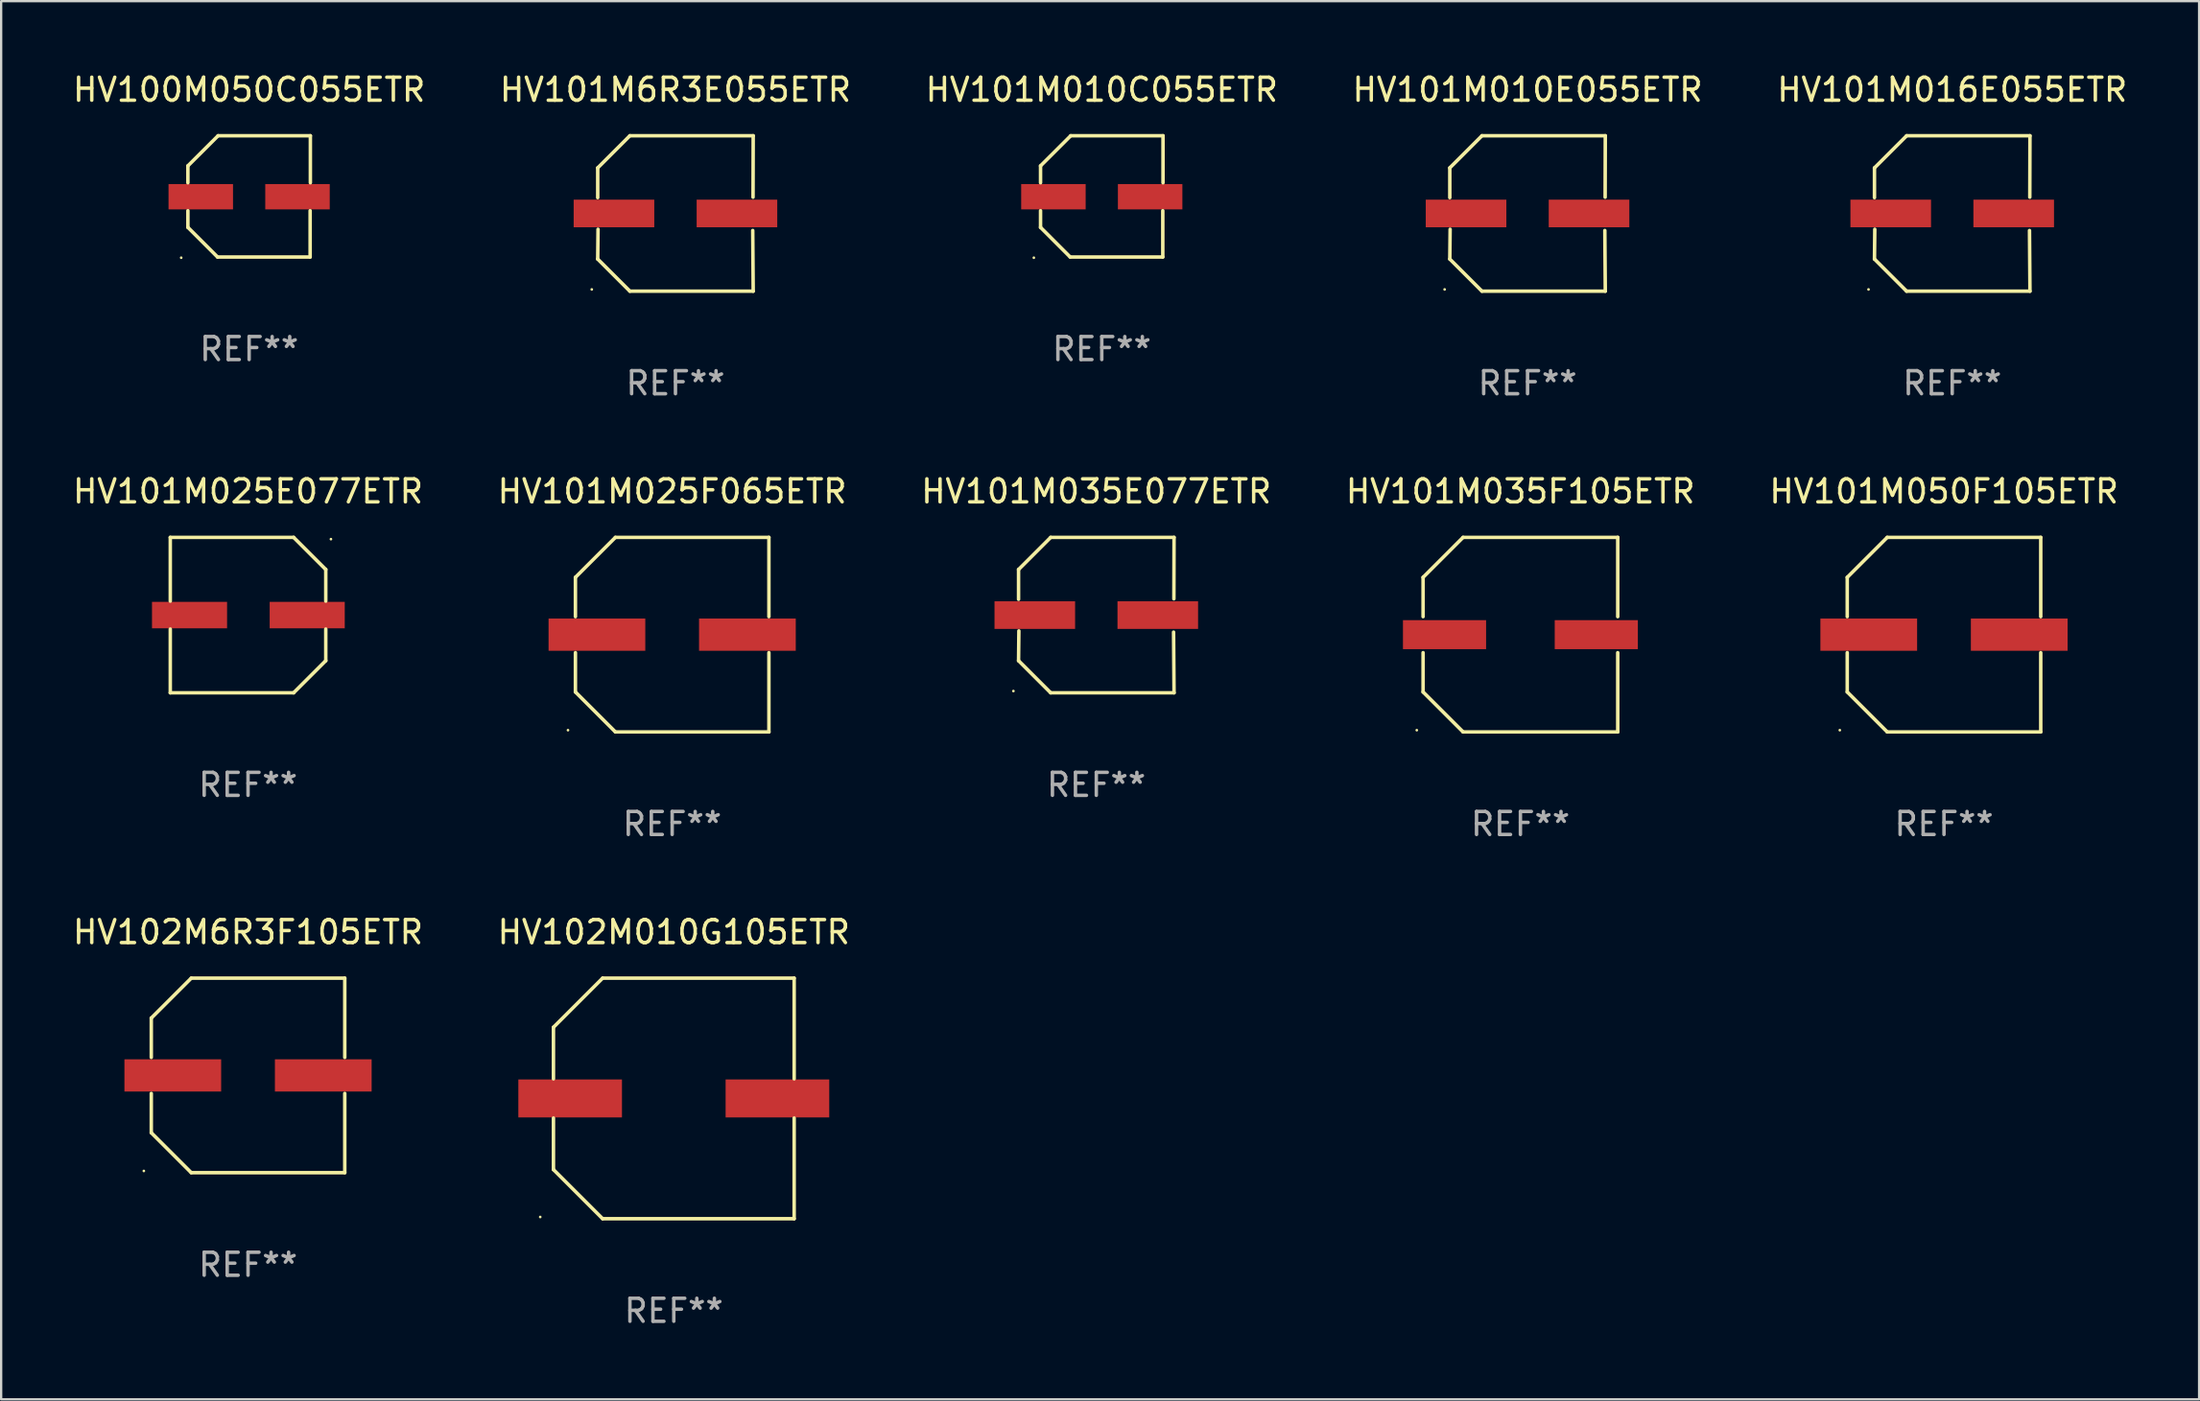
<source format=kicad_pcb>
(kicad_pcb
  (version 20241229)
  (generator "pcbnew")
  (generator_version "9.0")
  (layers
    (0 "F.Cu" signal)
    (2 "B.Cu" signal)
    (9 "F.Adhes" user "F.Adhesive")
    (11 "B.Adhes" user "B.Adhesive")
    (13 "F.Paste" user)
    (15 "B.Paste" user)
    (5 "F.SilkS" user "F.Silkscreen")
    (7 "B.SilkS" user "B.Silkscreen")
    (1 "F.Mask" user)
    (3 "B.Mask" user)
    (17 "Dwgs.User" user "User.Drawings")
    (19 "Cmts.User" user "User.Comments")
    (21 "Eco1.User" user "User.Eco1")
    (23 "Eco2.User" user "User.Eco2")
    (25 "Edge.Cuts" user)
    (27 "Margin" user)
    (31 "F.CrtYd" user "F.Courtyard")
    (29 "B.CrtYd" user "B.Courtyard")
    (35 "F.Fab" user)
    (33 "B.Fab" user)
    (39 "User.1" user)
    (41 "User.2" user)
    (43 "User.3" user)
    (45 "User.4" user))
  (footprint "HV101M025E077ETR"
    (layer "F.Cu")
    (at 7.72 23.673)
    (property "Reference" "HV101M025E077ETR" (at 0 -5.376 0) (layer "F.SilkS") (effects (font (size 1 1) (thickness 0.15))))
    (attr through_hole)
    (fp_line (start -3.376 -3.376) (end 1.98 -3.376) (stroke (width 0.152) (type solid)) (layer "F.SilkS"))
    (fp_line (start -3.376 -0.607) (end -3.376 -3.376) (stroke (width 0.152) (type solid)) (layer "F.SilkS"))
    (fp_line (start -3.376 0.607) (end -3.376 3.376) (stroke (width 0.152) (type solid)) (layer "F.SilkS"))
    (fp_line (start -3.376 3.376) (end 1.98 3.376) (stroke (width 0.152) (type solid)) (layer "F.SilkS"))
    (fp_line (start 1.98 -3.376) (end 3.376 -1.98) (stroke (width 0.152) (type solid)) (layer "F.SilkS"))
    (fp_line (start 1.98 3.376) (end 3.376 1.98) (stroke (width 0.152) (type solid)) (layer "F.SilkS"))
    (fp_line (start 3.376 -1.98) (end 3.376 -0.607) (stroke (width 0.152) (type solid)) (layer "F.SilkS"))
    (fp_line (start 3.376 1.98) (end 3.376 0.607) (stroke (width 0.152) (type solid)) (layer "F.SilkS"))
    (fp_circle (center 3.6 -3.3) (end 3.63 -3.3) (stroke (width 0.06) (type solid)) (fill no) (layer "F.SilkS"))
    (fp_text user "REF**" (at 0 7.376 0) (layer "F.Fab") (effects (font (size 1 1) (thickness 0.15))))
    (pad "1" smd rect (at 2.57 0 180) (size 3.26 1.15) (layers "F.Cu" "F.Mask" "F.Paste"))
    (pad "2" smd rect (at -2.54 0 180) (size 3.26 1.15) (layers "F.Cu" "F.Mask" "F.Paste")))
  (footprint "HV101M6R3E055ETR"
    (layer "F.Cu")
    (at 26.28 6.224)
    (property "Reference" "HV101M6R3E055ETR" (at 0 -5.376 0) (layer "F.SilkS") (effects (font (size 1 1) (thickness 0.15))))
    (attr through_hole)
    (fp_line (start -3.376 -1.98) (end -3.376 -0.686) (stroke (width 0.152) (type solid)) (layer "F.SilkS"))
    (fp_line (start -3.376 1.981) (end -3.362 0.686) (stroke (width 0.152) (type solid)) (layer "F.SilkS"))
    (fp_line (start -1.981 3.376) (end -3.376 1.981) (stroke (width 0.152) (type solid)) (layer "F.SilkS"))
    (fp_line (start -1.98 -3.376) (end -3.376 -1.98) (stroke (width 0.152) (type solid)) (layer "F.SilkS"))
    (fp_line (start 3.356 0.74) (end 3.376 3.376) (stroke (width 0.152) (type solid)) (layer "F.SilkS"))
    (fp_line (start 3.369 -0.707) (end 3.376 -3.376) (stroke (width 0.152) (type solid)) (layer "F.SilkS"))
    (fp_line (start 3.376 3.376) (end -1.981 3.376) (stroke (width 0.152) (type solid)) (layer "F.SilkS"))
    (fp_line (start 3.376 -3.376) (end -1.98 -3.376) (stroke (width 0.152) (type solid)) (layer "F.SilkS"))
    (fp_circle (center -3.634 3.3) (end -3.604 3.3) (stroke (width 0.06) (type solid)) (fill no) (layer "F.SilkS"))
    (fp_text user "REF**" (at 0 7.376 0) (layer "F.Fab") (effects (font (size 1 1) (thickness 0.15))))
    (pad "1" smd rect (at -2.67 0.000254) (size 3.5 1.2) (layers "F.Cu" "F.Mask" "F.Paste"))
    (pad "2" smd rect (at 2.67 0.000254) (size 3.5 1.2) (layers "F.Cu" "F.Mask" "F.Paste")))
  (footprint "HV101M035F105ETR"
    (layer "F.Cu")
    (at 62.97 24.523)
    (property "Reference" "HV101M035F105ETR" (at 0 -6.226 0) (layer "F.SilkS") (effects (font (size 1 1) (thickness 0.15))))
    (attr through_hole)
    (fp_line (start -4.226 -2.49) (end -4.226 -0.782) (stroke (width 0.152) (type solid)) (layer "F.SilkS"))
    (fp_line (start -4.226 2.49) (end -4.226 0.782) (stroke (width 0.152) (type solid)) (layer "F.SilkS"))
    (fp_line (start -2.49 -4.226) (end -4.226 -2.49) (stroke (width 0.152) (type solid)) (layer "F.SilkS"))
    (fp_line (start -2.49 4.226) (end -4.226 2.49) (stroke (width 0.152) (type solid)) (layer "F.SilkS"))
    (fp_line (start 4.226 -4.226) (end -2.49 -4.226) (stroke (width 0.152) (type solid)) (layer "F.SilkS"))
    (fp_line (start 4.226 -0.782) (end 4.226 -4.226) (stroke (width 0.152) (type solid)) (layer "F.SilkS"))
    (fp_line (start 4.226 0.782) (end 4.226 4.226) (stroke (width 0.152) (type solid)) (layer "F.SilkS"))
    (fp_line (start 4.226 4.226) (end -2.49 4.226) (stroke (width 0.152) (type solid)) (layer "F.SilkS"))
    (fp_circle (center -4.5 4.15) (end -4.47 4.15) (stroke (width 0.06) (type solid)) (fill no) (layer "F.SilkS"))
    (fp_text user "REF**" (at 0 8.226 0) (layer "F.Fab") (effects (font (size 1 1) (thickness 0.15))))
    (pad "1" smd rect (at -3.295 -0.000076 180) (size 3.61 1.26) (layers "F.Cu" "F.Mask" "F.Paste"))
    (pad "2" smd rect (at 3.295 -0.000076 180) (size 3.61 1.26) (layers "F.Cu" "F.Mask" "F.Paste")))
  (footprint "HV101M010C055ETR"
    (layer "F.Cu")
    (at 44.792 5.482)
    (property "Reference" "HV101M010C055ETR" (at 0 -4.634 0) (layer "F.SilkS") (effects (font (size 1 1) (thickness 0.15))))
    (attr through_hole)
    (fp_line (start -2.659 -1.326) (end -2.659 -0.592) (stroke (width 0.152) (type solid)) (layer "F.SilkS"))
    (fp_line (start -2.659 1.346) (end -2.659 0.622) (stroke (width 0.152) (type solid)) (layer "F.SilkS"))
    (fp_line (start -1.372 2.634) (end -2.659 1.346) (stroke (width 0.152) (type solid)) (layer "F.SilkS"))
    (fp_line (start -1.349 -2.634) (end -2.659 -1.326) (stroke (width 0.152) (type solid)) (layer "F.SilkS"))
    (fp_line (start 2.649 0.622) (end 2.649 2.634) (stroke (width 0.152) (type solid)) (layer "F.SilkS"))
    (fp_line (start 2.649 2.634) (end -1.372 2.634) (stroke (width 0.152) (type solid)) (layer "F.SilkS"))
    (fp_line (start 2.659 -2.634) (end -1.349 -2.634) (stroke (width 0.152) (type solid)) (layer "F.SilkS"))
    (fp_line (start 2.659 -0.592) (end 2.659 -2.634) (stroke (width 0.152) (type solid)) (layer "F.SilkS"))
    (fp_circle (center -2.95 2.665) (end -2.92 2.665) (stroke (width 0.06) (type solid)) (fill no) (layer "F.SilkS"))
    (fp_text user "REF**" (at 0 6.634 0) (layer "F.Fab") (effects (font (size 1 1) (thickness 0.15))))
    (pad "1" smd rect (at -2.1 0.015) (size 2.8 1.1) (layers "F.Cu" "F.Mask" "F.Paste"))
    (pad "2" smd rect (at 2.1 0.015) (size 2.8 1.1) (layers "F.Cu" "F.Mask" "F.Paste")))
  (footprint "HV102M010G105ETR"
    (layer "F.Cu")
    (at 26.208 44.672)
    (property "Reference" "HV102M010G105ETR" (at 0 -7.226 0) (layer "F.SilkS") (effects (font (size 1 1) (thickness 0.15))))
    (attr through_hole)
    (fp_line (start -5.226 -3.09) (end -5.226 -0.852) (stroke (width 0.152) (type solid)) (layer "F.SilkS"))
    (fp_line (start -5.226 3.09) (end -5.226 0.852) (stroke (width 0.152) (type solid)) (layer "F.SilkS"))
    (fp_line (start -3.09 -5.226) (end -5.226 -3.09) (stroke (width 0.152) (type solid)) (layer "F.SilkS"))
    (fp_line (start -3.09 5.226) (end -5.226 3.09) (stroke (width 0.152) (type solid)) (layer "F.SilkS"))
    (fp_line (start 5.226 -5.226) (end -3.09 -5.226) (stroke (width 0.152) (type solid)) (layer "F.SilkS"))
    (fp_line (start 5.226 -0.852) (end 5.226 -5.226) (stroke (width 0.152) (type solid)) (layer "F.SilkS"))
    (fp_line (start 5.226 0.852) (end 5.226 5.226) (stroke (width 0.152) (type solid)) (layer "F.SilkS"))
    (fp_line (start 5.226 5.226) (end -3.09 5.226) (stroke (width 0.152) (type solid)) (layer "F.SilkS"))
    (fp_circle (center -5.8 5.15) (end -5.77 5.15) (stroke (width 0.06) (type solid)) (fill no) (layer "F.SilkS"))
    (fp_text user "REF**" (at 0 9.226 0) (layer "F.Fab") (effects (font (size 1 1) (thickness 0.15))))
    (pad "1" smd rect (at -4.5 0) (size 4.5 1.65) (layers "F.Cu" "F.Mask" "F.Paste"))
    (pad "2" smd rect (at 4.5 0) (size 4.5 1.65) (layers "F.Cu" "F.Mask" "F.Paste")))
  (footprint "HV101M010E055ETR"
    (layer "F.Cu")
    (at 63.28 6.224)
    (property "Reference" "HV101M010E055ETR" (at 0 -5.376 0) (layer "F.SilkS") (effects (font (size 1 1) (thickness 0.15))))
    (attr through_hole)
    (fp_line (start -3.376 -1.98) (end -3.376 -0.686) (stroke (width 0.152) (type solid)) (layer "F.SilkS"))
    (fp_line (start -3.376 1.981) (end -3.362 0.686) (stroke (width 0.152) (type solid)) (layer "F.SilkS"))
    (fp_line (start -1.981 3.376) (end -3.376 1.981) (stroke (width 0.152) (type solid)) (layer "F.SilkS"))
    (fp_line (start -1.98 -3.376) (end -3.376 -1.98) (stroke (width 0.152) (type solid)) (layer "F.SilkS"))
    (fp_line (start 3.356 0.74) (end 3.376 3.376) (stroke (width 0.152) (type solid)) (layer "F.SilkS"))
    (fp_line (start 3.369 -0.707) (end 3.376 -3.376) (stroke (width 0.152) (type solid)) (layer "F.SilkS"))
    (fp_line (start 3.376 3.376) (end -1.981 3.376) (stroke (width 0.152) (type solid)) (layer "F.SilkS"))
    (fp_line (start 3.376 -3.376) (end -1.98 -3.376) (stroke (width 0.152) (type solid)) (layer "F.SilkS"))
    (fp_circle (center -3.6 3.3) (end -3.57 3.3) (stroke (width 0.06) (type solid)) (fill no) (layer "F.SilkS"))
    (fp_text user "REF**" (at 0 7.376 0) (layer "F.Fab") (effects (font (size 1 1) (thickness 0.15))))
    (pad "1" smd rect (at -2.67 0.000381) (size 3.5 1.2) (layers "F.Cu" "F.Mask" "F.Paste"))
    (pad "2" smd rect (at 2.67 0.000381) (size 3.5 1.2) (layers "F.Cu" "F.Mask" "F.Paste")))
  (footprint "HV101M035E077ETR"
    (layer "F.Cu")
    (at 44.554 23.673)
    (property "Reference" "HV101M035E077ETR" (at 0 -5.376 0) (layer "F.SilkS") (effects (font (size 1 1) (thickness 0.15))))
    (attr through_hole)
    (fp_line (start -3.376 -1.98) (end -3.376 -0.686) (stroke (width 0.152) (type solid)) (layer "F.SilkS"))
    (fp_line (start -3.376 1.981) (end -3.362 0.686) (stroke (width 0.152) (type solid)) (layer "F.SilkS"))
    (fp_line (start -1.981 3.376) (end -3.376 1.981) (stroke (width 0.152) (type solid)) (layer "F.SilkS"))
    (fp_line (start -1.98 -3.376) (end -3.376 -1.98) (stroke (width 0.152) (type solid)) (layer "F.SilkS"))
    (fp_line (start 3.356 0.74) (end 3.376 3.376) (stroke (width 0.152) (type solid)) (layer "F.SilkS"))
    (fp_line (start 3.369 -0.707) (end 3.376 -3.376) (stroke (width 0.152) (type solid)) (layer "F.SilkS"))
    (fp_line (start 3.376 3.376) (end -1.981 3.376) (stroke (width 0.152) (type solid)) (layer "F.SilkS"))
    (fp_line (start 3.376 -3.376) (end -1.98 -3.376) (stroke (width 0.152) (type solid)) (layer "F.SilkS"))
    (fp_circle (center -3.6 3.3) (end -3.57 3.3) (stroke (width 0.06) (type solid)) (fill no) (layer "F.SilkS"))
    (fp_text user "REF**" (at 0 7.376 0) (layer "F.Fab") (effects (font (size 1 1) (thickness 0.15))))
    (pad "1" smd rect (at -2.67 0.000381) (size 3.5 1.2) (layers "F.Cu" "F.Mask" "F.Paste"))
    (pad "2" smd rect (at 2.67 0.000381) (size 3.5 1.2) (layers "F.Cu" "F.Mask" "F.Paste")))
  (footprint "HV102M6R3F105ETR"
    (layer "F.Cu")
    (at 7.72 43.672)
    (property "Reference" "HV102M6R3F105ETR" (at 0 -6.226 0) (layer "F.SilkS") (effects (font (size 1 1) (thickness 0.15))))
    (attr through_hole)
    (fp_line (start -4.201 -2.49) (end -4.201 -0.782) (stroke (width 0.152) (type solid)) (layer "F.SilkS"))
    (fp_line (start -4.201 2.49) (end -4.201 0.782) (stroke (width 0.152) (type solid)) (layer "F.SilkS"))
    (fp_line (start -2.465 -4.226) (end -4.201 -2.49) (stroke (width 0.152) (type solid)) (layer "F.SilkS"))
    (fp_line (start -2.465 4.226) (end -4.201 2.49) (stroke (width 0.152) (type solid)) (layer "F.SilkS"))
    (fp_line (start 4.201 -4.226) (end -2.465 -4.226) (stroke (width 0.152) (type solid)) (layer "F.SilkS"))
    (fp_line (start 4.201 -0.782) (end 4.201 -4.226) (stroke (width 0.152) (type solid)) (layer "F.SilkS"))
    (fp_line (start 4.201 0.782) (end 4.201 4.226) (stroke (width 0.152) (type solid)) (layer "F.SilkS"))
    (fp_line (start 4.201 4.226) (end -2.465 4.226) (stroke (width 0.152) (type solid)) (layer "F.SilkS"))
    (fp_circle (center -4.524 4.15) (end -4.494 4.15) (stroke (width 0.06) (type solid)) (fill no) (layer "F.SilkS"))
    (fp_text user "REF**" (at 0 8.226 0) (layer "F.Fab") (effects (font (size 1 1) (thickness 0.15))))
    (pad "1" smd rect (at -3.267 0) (size 4.2 1.4) (layers "F.Cu" "F.Mask" "F.Paste"))
    (pad "2" smd rect (at 3.267 0) (size 4.2 1.4) (layers "F.Cu" "F.Mask" "F.Paste")))
  (footprint "HV101M016E055ETR"
    (layer "F.Cu")
    (at 81.72 6.224)
    (property "Reference" "HV101M016E055ETR" (at 0 -5.376 0) (layer "F.SilkS") (effects (font (size 1 1) (thickness 0.15))))
    (attr through_hole)
    (fp_line (start -3.376 -1.98) (end -3.376 -0.686) (stroke (width 0.152) (type solid)) (layer "F.SilkS"))
    (fp_line (start -3.376 1.981) (end -3.362 0.686) (stroke (width 0.152) (type solid)) (layer "F.SilkS"))
    (fp_line (start -1.981 3.376) (end -3.376 1.981) (stroke (width 0.152) (type solid)) (layer "F.SilkS"))
    (fp_line (start -1.98 -3.376) (end -3.376 -1.98) (stroke (width 0.152) (type solid)) (layer "F.SilkS"))
    (fp_line (start 3.356 0.74) (end 3.376 3.376) (stroke (width 0.152) (type solid)) (layer "F.SilkS"))
    (fp_line (start 3.369 -0.707) (end 3.376 -3.376) (stroke (width 0.152) (type solid)) (layer "F.SilkS"))
    (fp_line (start 3.376 3.376) (end -1.981 3.376) (stroke (width 0.152) (type solid)) (layer "F.SilkS"))
    (fp_line (start 3.376 -3.376) (end -1.98 -3.376) (stroke (width 0.152) (type solid)) (layer "F.SilkS"))
    (fp_circle (center -3.634 3.3) (end -3.604 3.3) (stroke (width 0.06) (type solid)) (fill no) (layer "F.SilkS"))
    (fp_text user "REF**" (at 0 7.376 0) (layer "F.Fab") (effects (font (size 1 1) (thickness 0.15))))
    (pad "1" smd rect (at -2.67 0.000254) (size 3.5 1.2) (layers "F.Cu" "F.Mask" "F.Paste"))
    (pad "2" smd rect (at 2.67 0.000254) (size 3.5 1.2) (layers "F.Cu" "F.Mask" "F.Paste")))
  (footprint "HV101M025F065ETR"
    (layer "F.Cu")
    (at 26.137 24.523)
    (property "Reference" "HV101M025F065ETR" (at 0 -6.226 0) (layer "F.SilkS") (effects (font (size 1 1) (thickness 0.15))))
    (attr through_hole)
    (fp_line (start -4.201 -2.49) (end -4.201 -0.782) (stroke (width 0.152) (type solid)) (layer "F.SilkS"))
    (fp_line (start -4.201 2.49) (end -4.201 0.782) (stroke (width 0.152) (type solid)) (layer "F.SilkS"))
    (fp_line (start -2.465 -4.226) (end -4.201 -2.49) (stroke (width 0.152) (type solid)) (layer "F.SilkS"))
    (fp_line (start -2.465 4.226) (end -4.201 2.49) (stroke (width 0.152) (type solid)) (layer "F.SilkS"))
    (fp_line (start 4.201 -4.226) (end -2.465 -4.226) (stroke (width 0.152) (type solid)) (layer "F.SilkS"))
    (fp_line (start 4.201 -0.782) (end 4.201 -4.226) (stroke (width 0.152) (type solid)) (layer "F.SilkS"))
    (fp_line (start 4.201 0.782) (end 4.201 4.226) (stroke (width 0.152) (type solid)) (layer "F.SilkS"))
    (fp_line (start 4.201 4.226) (end -2.465 4.226) (stroke (width 0.152) (type solid)) (layer "F.SilkS"))
    (fp_circle (center -4.524 4.15) (end -4.494 4.15) (stroke (width 0.06) (type solid)) (fill no) (layer "F.SilkS"))
    (fp_text user "REF**" (at 0 8.226 0) (layer "F.Fab") (effects (font (size 1 1) (thickness 0.15))))
    (pad "1" smd rect (at -3.267 0) (size 4.2 1.4) (layers "F.Cu" "F.Mask" "F.Paste"))
    (pad "2" smd rect (at 3.267 0) (size 4.2 1.4) (layers "F.Cu" "F.Mask" "F.Paste")))
  (footprint "HV101M050F105ETR"
    (layer "F.Cu")
    (at 81.363 24.523)
    (property "Reference" "HV101M050F105ETR" (at 0 -6.226 0) (layer "F.SilkS") (effects (font (size 1 1) (thickness 0.15))))
    (attr through_hole)
    (fp_line (start -4.201 -2.49) (end -4.201 -0.782) (stroke (width 0.152) (type solid)) (layer "F.SilkS"))
    (fp_line (start -4.201 2.49) (end -4.201 0.782) (stroke (width 0.152) (type solid)) (layer "F.SilkS"))
    (fp_line (start -2.465 -4.226) (end -4.201 -2.49) (stroke (width 0.152) (type solid)) (layer "F.SilkS"))
    (fp_line (start -2.465 4.226) (end -4.201 2.49) (stroke (width 0.152) (type solid)) (layer "F.SilkS"))
    (fp_line (start 4.201 -4.226) (end -2.465 -4.226) (stroke (width 0.152) (type solid)) (layer "F.SilkS"))
    (fp_line (start 4.201 -0.782) (end 4.201 -4.226) (stroke (width 0.152) (type solid)) (layer "F.SilkS"))
    (fp_line (start 4.201 0.782) (end 4.201 4.226) (stroke (width 0.152) (type solid)) (layer "F.SilkS"))
    (fp_line (start 4.201 4.226) (end -2.465 4.226) (stroke (width 0.152) (type solid)) (layer "F.SilkS"))
    (fp_circle (center -4.524 4.15) (end -4.494 4.15) (stroke (width 0.06) (type solid)) (fill no) (layer "F.SilkS"))
    (fp_text user "REF**" (at 0 8.226 0) (layer "F.Fab") (effects (font (size 1 1) (thickness 0.15))))
    (pad "1" smd rect (at -3.267 0) (size 4.2 1.4) (layers "F.Cu" "F.Mask" "F.Paste"))
    (pad "2" smd rect (at 3.267 0) (size 4.2 1.4) (layers "F.Cu" "F.Mask" "F.Paste")))
  (footprint "HV100M050C055ETR"
    (layer "F.Cu")
    (at 7.768 5.482)
    (property "Reference" "HV100M050C055ETR" (at 0 -4.634 0) (layer "F.SilkS") (effects (font (size 1 1) (thickness 0.15))))
    (attr through_hole)
    (fp_line (start -2.659 -1.326) (end -2.659 -0.592) (stroke (width 0.152) (type solid)) (layer "F.SilkS"))
    (fp_line (start -2.659 1.346) (end -2.659 0.622) (stroke (width 0.152) (type solid)) (layer "F.SilkS"))
    (fp_line (start -1.372 2.634) (end -2.659 1.346) (stroke (width 0.152) (type solid)) (layer "F.SilkS"))
    (fp_line (start -1.349 -2.634) (end -2.659 -1.326) (stroke (width 0.152) (type solid)) (layer "F.SilkS"))
    (fp_line (start 2.649 0.622) (end 2.649 2.634) (stroke (width 0.152) (type solid)) (layer "F.SilkS"))
    (fp_line (start 2.649 2.634) (end -1.372 2.634) (stroke (width 0.152) (type solid)) (layer "F.SilkS"))
    (fp_line (start 2.659 -2.634) (end -1.349 -2.634) (stroke (width 0.152) (type solid)) (layer "F.SilkS"))
    (fp_line (start 2.659 -0.592) (end 2.659 -2.634) (stroke (width 0.152) (type solid)) (layer "F.SilkS"))
    (fp_circle (center -2.95 2.665) (end -2.92 2.665) (stroke (width 0.06) (type solid)) (fill no) (layer "F.SilkS"))
    (fp_text user "REF**" (at 0 6.634 0) (layer "F.Fab") (effects (font (size 1 1) (thickness 0.15))))
    (pad "1" smd rect (at -2.1 0.015) (size 2.8 1.1) (layers "F.Cu" "F.Mask" "F.Paste"))
    (pad "2" smd rect (at 2.1 0.015) (size 2.8 1.1) (layers "F.Cu" "F.Mask" "F.Paste")))
  (gr_rect
    (start -3 -3)
    (end 92.44 57.746)
    (stroke (width 0.1) (type default))
    (fill no)
    (layer "Edge.Cuts")))
</source>
